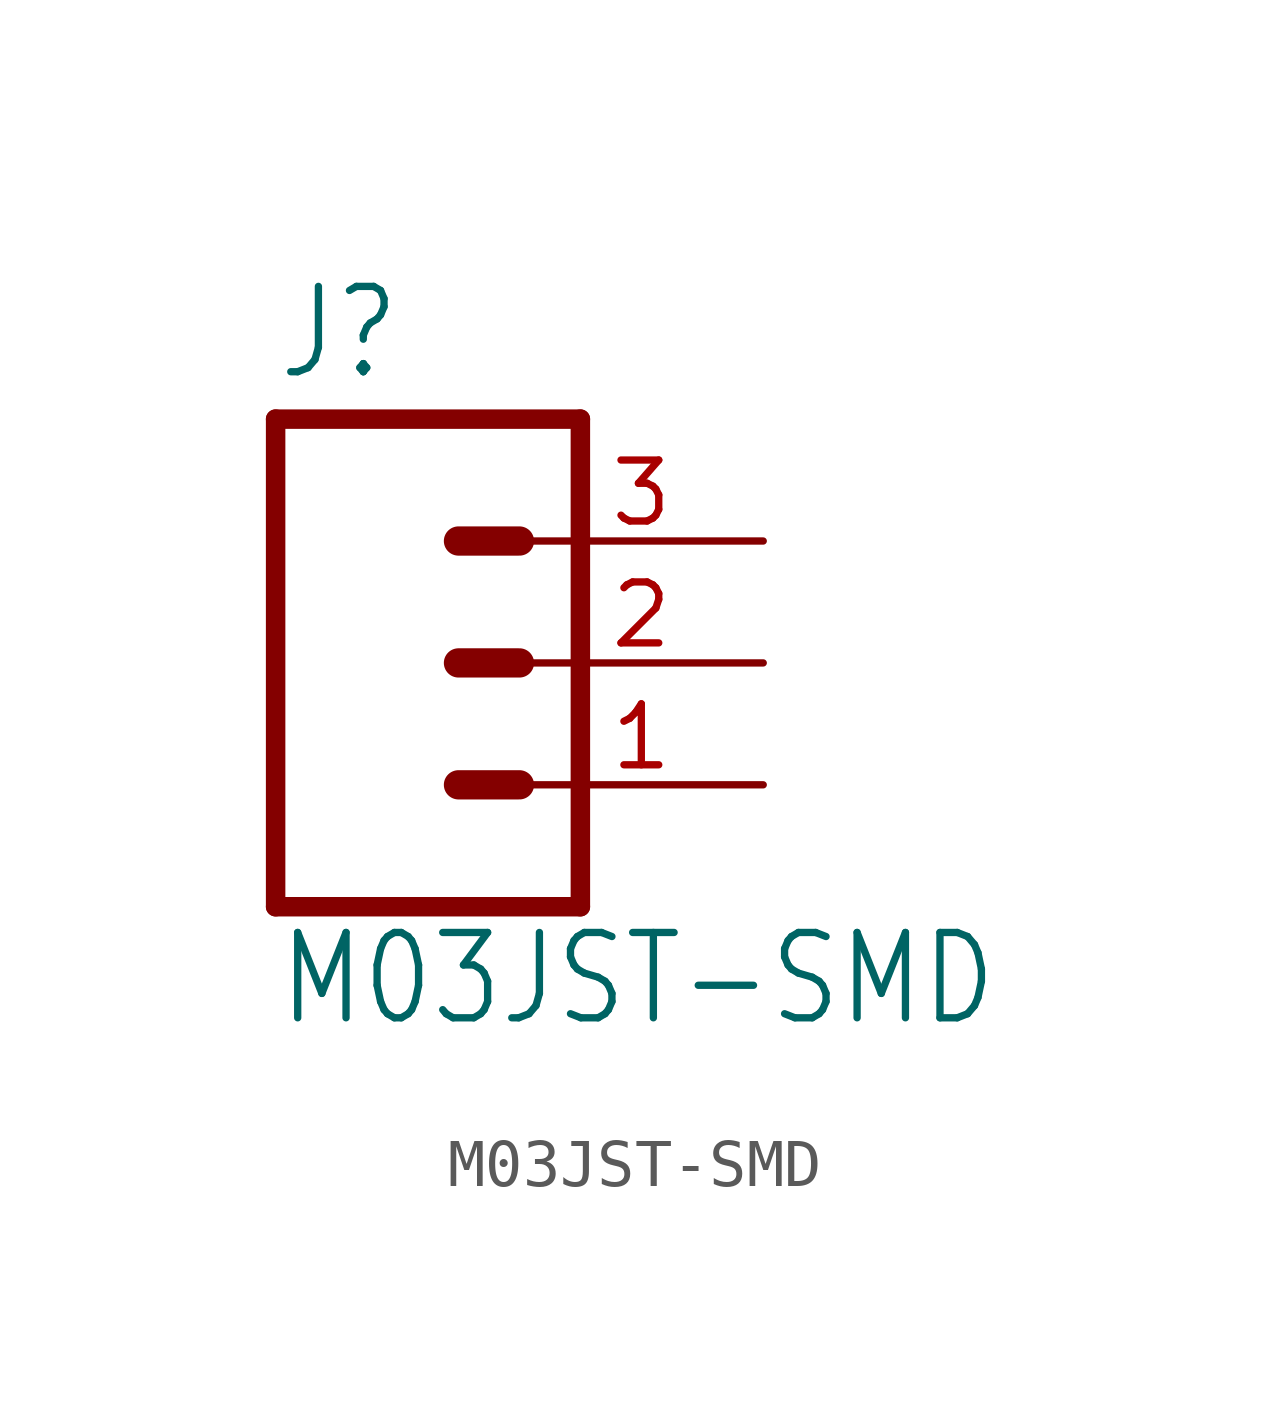
<source format=kicad_sym>
(kicad_symbol_lib
  (version 20220914)
  (generator kicad_symbol_editor)
  (symbol "M03JST-SMD"
    (property "Reference" "J"
      (at -2.54 5.842 0)
      (effects (font (size 1.778 1.511)) (justify left bottom)))
    (property "Value" "M03JST-SMD"
      (at -2.54 -7.62 0)
      (effects (font (size 1.778 1.511)) (justify left bottom)))
    (property "ki_locked" ""
      (at 0 0 0)
      (effects (font (size 1.27 1.27))))
    (symbol "M03JST-SMD_1_0"
      (polyline (pts (xy -2.54 5.08) (xy -2.54 -5.08)) (stroke (width 0.406) (type default)) (fill (type none)))
      (polyline (pts (xy -2.54 5.08) (xy 3.81 5.08)) (stroke (width 0.406) (type default)) (fill (type none)))
      (polyline (pts (xy 1.27 -2.54) (xy 2.54 -2.54)) (stroke (width 0.61) (type default)) (fill (type none)))
      (polyline (pts (xy 1.27 0) (xy 2.54 0)) (stroke (width 0.61) (type default)) (fill (type none)))
      (polyline (pts (xy 1.27 2.54) (xy 2.54 2.54)) (stroke (width 0.61) (type default)) (fill (type none)))
      (polyline (pts (xy 3.81 -5.08) (xy -2.54 -5.08)) (stroke (width 0.406) (type default)) (fill (type none)))
      (polyline (pts (xy 3.81 -5.08) (xy 3.81 5.08)) (stroke (width 0.406) (type default)) (fill (type none)))
      (pin passive line (at 7.62 -2.54 180) (length 5.08) (name "1" (effects (font (size 0 0)))) (number "1" (effects (font (size 1.27 1.27)))))
      (pin passive line (at 7.62 0 180) (length 5.08) (name "2" (effects (font (size 0 0)))) (number "2" (effects (font (size 1.27 1.27)))))
      (pin passive line (at 7.62 2.54 180) (length 5.08) (name "3" (effects (font (size 0 0)))) (number "3" (effects (font (size 1.27 1.27))))))))
</source>
